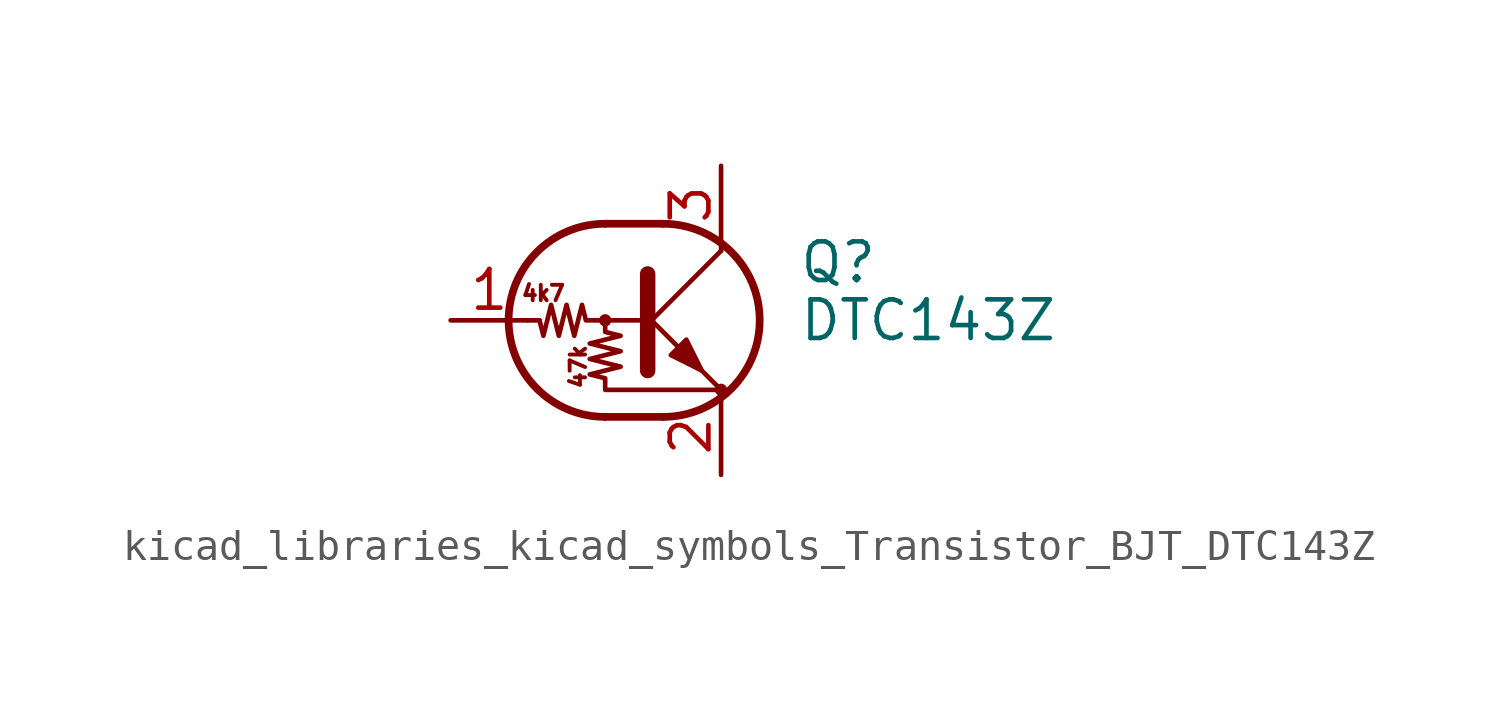
<source format=kicad_sym>
(kicad_symbol_lib
  (version 20220914)
  (generator kicad_symbol_editor)
  (symbol "kicad_libraries_kicad_symbols_Transistor_BJT_DTC143Z"
    (pin_names
      (offset 0) hide)
    (property "Reference" "Q"
      (at 5.08 1.905 0)
      (effects (font (size 1.27 1.27)) (justify left)))
    (property "Value" "DTC143Z"
      (at 5.08 0 0)
      (effects (font (size 1.27 1.27)) (justify left)))
    (symbol "kicad_libraries_kicad_symbols_Transistor_BJT_DTC143Z_0_0"
      (text "47k" (at -2.159 -1.524 900) (effects (font (size 0.508 0.508))))
      (text "4k7" (at -3.302 0.889 0) (effects (font (size 0.508 0.508)))))
    (symbol "kicad_libraries_kicad_symbols_Transistor_BJT_DTC143Z_0_1"
      (circle (center -1.27 0) (radius 0.127) (stroke (width 0) (type default)) (fill (type none)))
      (arc (start -1.27 3.175) (mid -4.4312 0) (end -1.27 -3.175) (stroke (width 0.254) (type default)) (fill (type none)))
      (polyline (pts (xy -3.429 0) (xy -3.81 0)) (stroke (width 0) (type default)) (fill (type none)))
      (polyline (pts (xy -1.27 -3.175) (xy 0.635 -3.175)) (stroke (width 0.254) (type default)) (fill (type none)))
      (polyline (pts (xy -1.27 3.175) (xy 0.635 3.175)) (stroke (width 0.254) (type default)) (fill (type none)))
      (polyline (pts (xy 0 -0.254) (xy 2.54 2.286)) (stroke (width 0) (type default)) (fill (type none)))
      (polyline (pts (xy 0.127 1.524) (xy 0.127 -1.651)) (stroke (width 0.508) (type default)) (fill (type outline)))
      (polyline (pts (xy 2.54 2.286) (xy 2.54 2.54)) (stroke (width 0) (type default)) (fill (type none)))
      (polyline (pts (xy 2.54 -2.286) (xy 0 0.254) (xy 0 0.254)) (stroke (width 0) (type default)) (fill (type none)))
      (polyline (pts (xy 0.889 -1.143) (xy 1.397 -0.635) (xy 1.905 -1.651) (xy 0.889 -1.143)) (stroke (width 0) (type default)) (fill (type outline)))
      (polyline (pts (xy 0 0) (xy -1.905 0) (xy -2.032 0.508) (xy -2.286 -0.508) (xy -2.54 0.508) (xy -2.794 -0.508) (xy -3.048 0.508) (xy -3.302 -0.508) (xy -3.429 0)) (stroke (width 0) (type default)) (fill (type none)))
      (polyline (pts (xy -1.27 0) (xy -1.27 -0.381) (xy -0.762 -0.508) (xy -1.778 -0.762) (xy -0.762 -1.016) (xy -1.778 -1.27) (xy -0.762 -1.524) (xy -1.778 -1.778) (xy -1.27 -1.905) (xy -1.27 -2.286) (xy 2.54 -2.286)) (stroke (width 0) (type default)) (fill (type none)))
      (arc (start 0.635 -3.175) (mid 3.7962 0) (end 0.635 3.175) (stroke (width 0.254) (type default)) (fill (type none)))
      (circle (center 2.54 -2.286) (radius 0.127) (stroke (width 0) (type default)) (fill (type none))))
    (symbol "kicad_libraries_kicad_symbols_Transistor_BJT_DTC143Z_1_1"
      (pin input line (at -6.35 0 0) (length 2.54) (name "B" (effects (font (size 1.27 1.27)))) (number "1" (effects (font (size 1.27 1.27)))))
      (pin passive line (at 2.54 -5.08 90) (length 2.54) (name "E" (effects (font (size 1.27 1.27)))) (number "2" (effects (font (size 1.27 1.27)))))
      (pin passive line (at 2.54 5.08 270) (length 2.54) (name "C" (effects (font (size 1.27 1.27)))) (number "3" (effects (font (size 1.27 1.27))))))))
</source>
